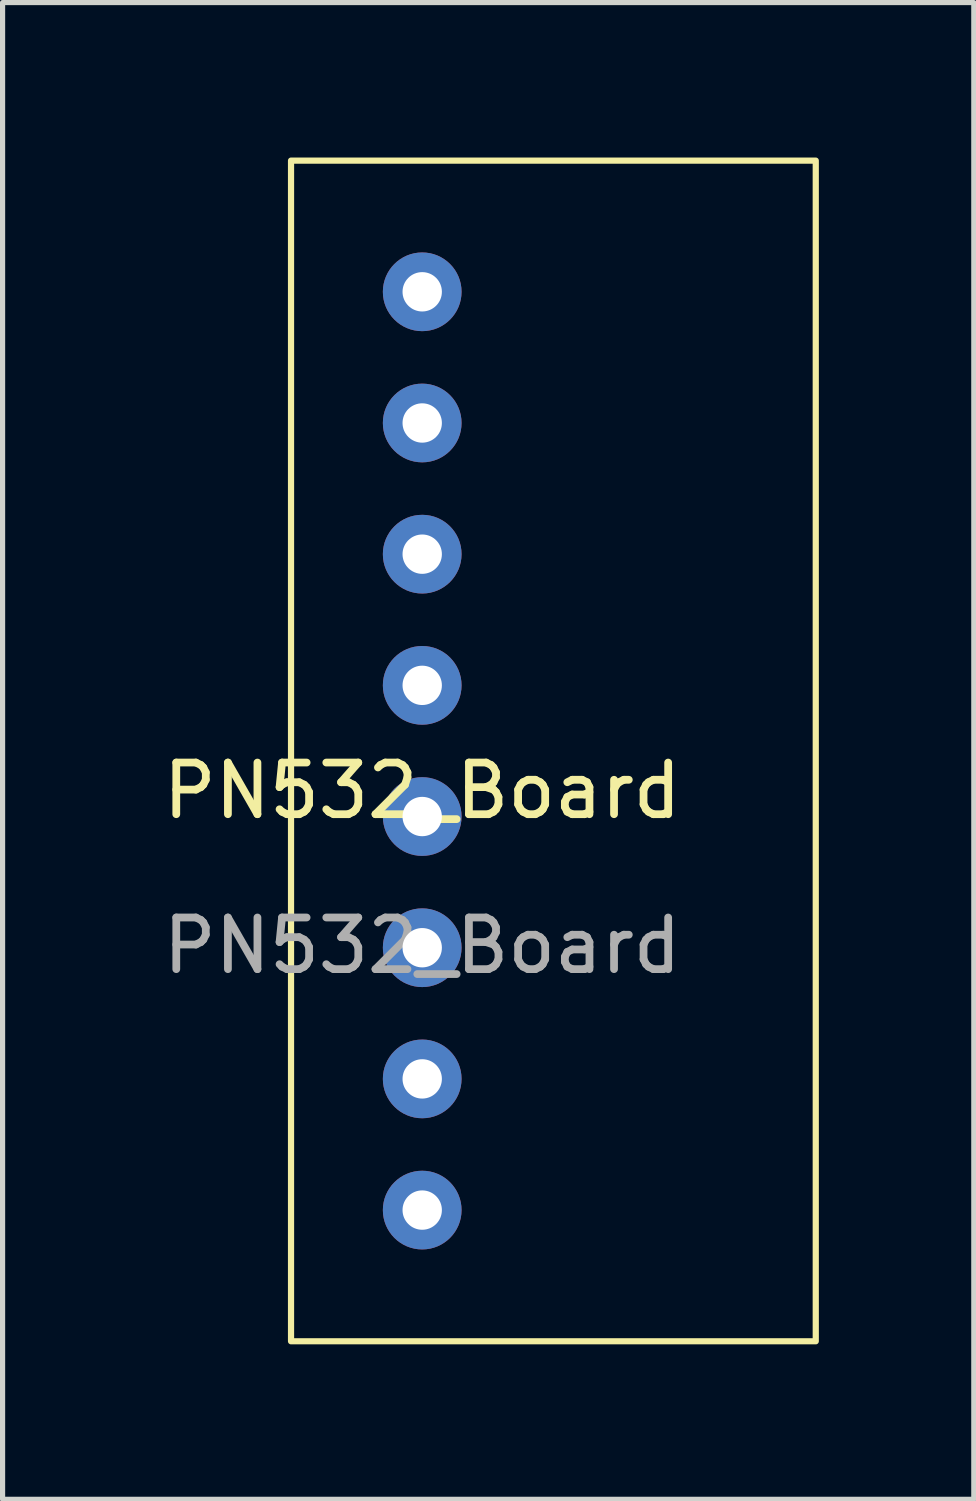
<source format=kicad_pcb>
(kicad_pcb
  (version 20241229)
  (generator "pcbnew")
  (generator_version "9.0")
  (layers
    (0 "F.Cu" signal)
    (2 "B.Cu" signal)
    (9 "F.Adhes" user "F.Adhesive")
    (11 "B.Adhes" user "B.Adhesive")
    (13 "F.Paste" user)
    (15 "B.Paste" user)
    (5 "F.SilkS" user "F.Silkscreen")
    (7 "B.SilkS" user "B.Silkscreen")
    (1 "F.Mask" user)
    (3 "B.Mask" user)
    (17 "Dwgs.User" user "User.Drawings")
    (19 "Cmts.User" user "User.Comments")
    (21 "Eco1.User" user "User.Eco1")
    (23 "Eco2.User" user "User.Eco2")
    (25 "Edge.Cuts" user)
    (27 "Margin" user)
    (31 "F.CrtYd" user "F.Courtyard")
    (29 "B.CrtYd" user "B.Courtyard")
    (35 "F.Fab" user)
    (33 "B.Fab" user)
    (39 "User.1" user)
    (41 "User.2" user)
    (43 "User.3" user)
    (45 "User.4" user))
  (footprint "PN532_Board"
    (layer "F.Cu")
    (at 5.125 12.76)
    (property "Reference" "PN532_Board" (at 0 -0.5 0) (unlocked yes) (layer "F.SilkS") (effects (font (size 1 1) (thickness 0.15))))
    (attr through_hole)
    (fp_rect (start -2.54 -12.7) (end 7.62 10.16) (stroke (width 0.12) (type solid)) (fill no) (layer "F.SilkS"))
    (fp_text user "${REFERENCE}" (at 0 2.5 0) (unlocked yes) (layer "F.Fab") (effects (font (size 1 1) (thickness 0.15))))
    (pad "GND" thru_hole circle (at 0 2.54) (size 1.524 1.524) (drill 0.762) (layers "*.Cu" "*.Mask"))
    (pad "IRQ" thru_hole circle (at 0 5.08) (size 1.524 1.524) (drill 0.762) (layers "*.Cu" "*.Mask"))
    (pad "MISO" thru_hole circle (at 0 -7.62) (size 1.524 1.524) (drill 0.762) (layers "*.Cu" "*.Mask"))
    (pad "MOSI" thru_hole circle (at 0 -5.08) (size 1.524 1.524) (drill 0.762) (layers "*.Cu" "*.Mask"))
    (pad "RSTO" thru_hole circle (at 0 7.62) (size 1.524 1.524) (drill 0.762) (layers "*.Cu" "*.Mask"))
    (pad "SCK" thru_hole circle (at 0 -10.16) (size 1.524 1.524) (drill 0.762) (layers "*.Cu" "*.Mask"))
    (pad "SS" thru_hole circle (at 0 -2.54) (size 1.524 1.524) (drill 0.762) (layers "*.Cu" "*.Mask"))
    (pad "VCC" thru_hole circle (at 0 0) (size 1.524 1.524) (drill 0.762) (layers "*.Cu" "*.Mask")))
  (gr_rect
    (start -3 -3)
    (end 15.805 25.98)
    (stroke (width 0.1) (type default))
    (fill no)
    (layer "Edge.Cuts")))
</source>
